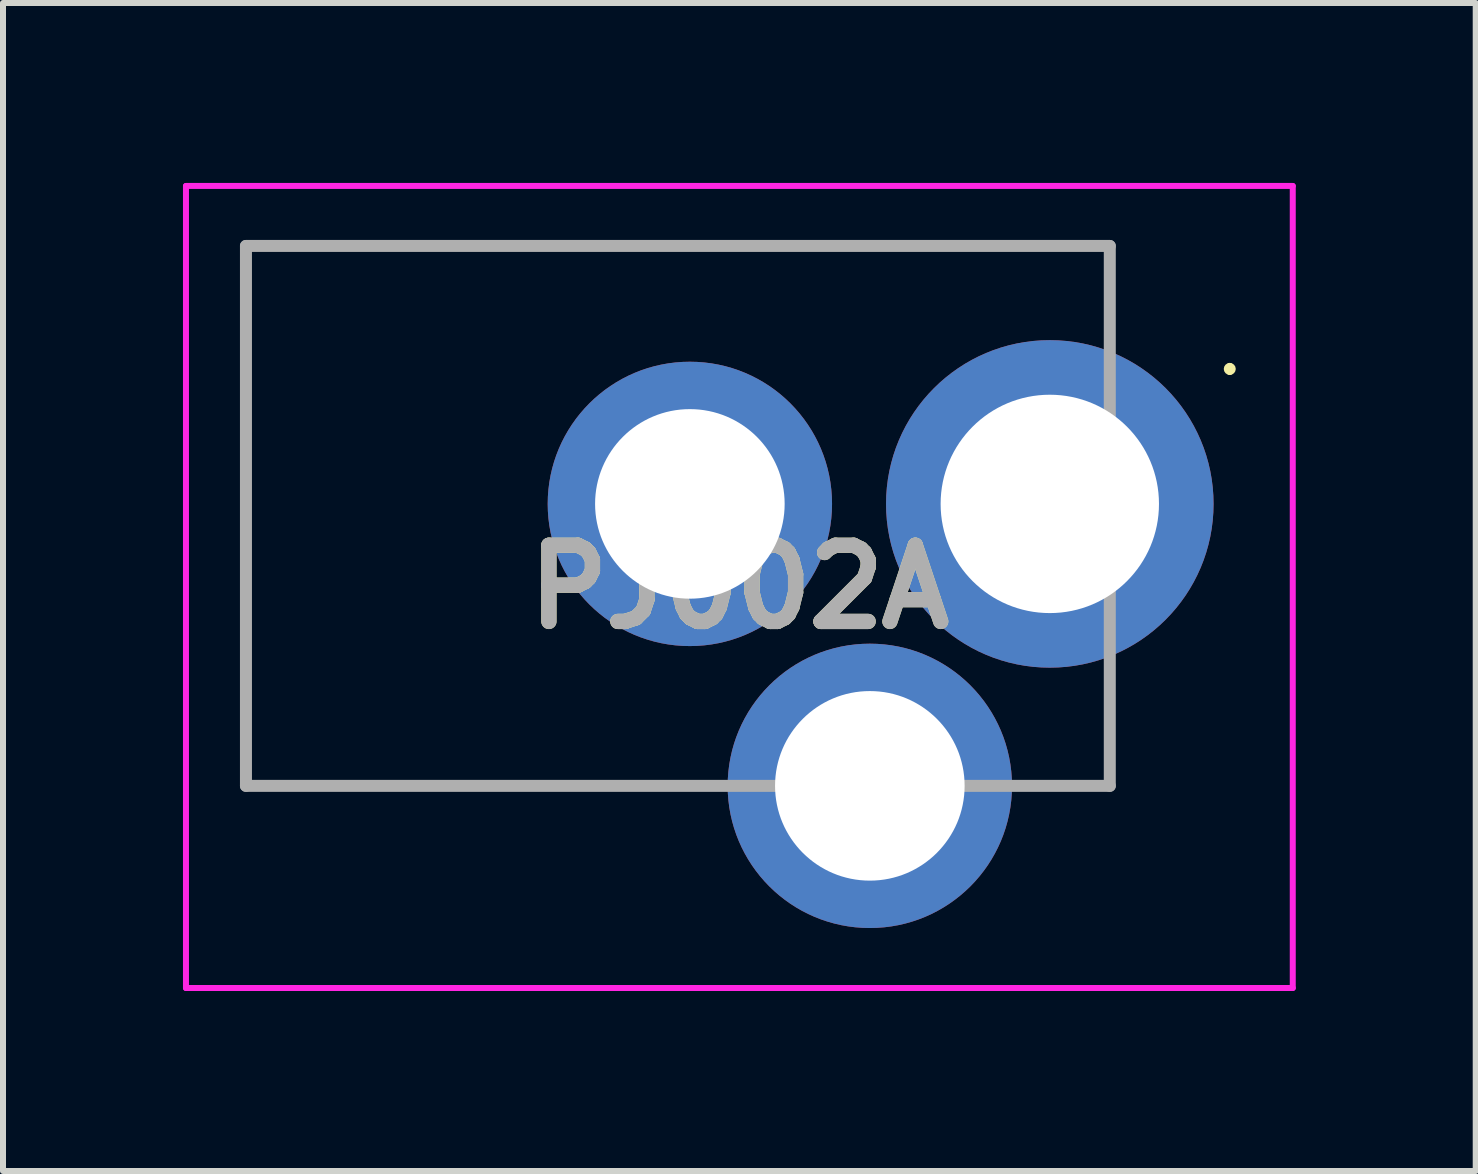
<source format=kicad_pcb>
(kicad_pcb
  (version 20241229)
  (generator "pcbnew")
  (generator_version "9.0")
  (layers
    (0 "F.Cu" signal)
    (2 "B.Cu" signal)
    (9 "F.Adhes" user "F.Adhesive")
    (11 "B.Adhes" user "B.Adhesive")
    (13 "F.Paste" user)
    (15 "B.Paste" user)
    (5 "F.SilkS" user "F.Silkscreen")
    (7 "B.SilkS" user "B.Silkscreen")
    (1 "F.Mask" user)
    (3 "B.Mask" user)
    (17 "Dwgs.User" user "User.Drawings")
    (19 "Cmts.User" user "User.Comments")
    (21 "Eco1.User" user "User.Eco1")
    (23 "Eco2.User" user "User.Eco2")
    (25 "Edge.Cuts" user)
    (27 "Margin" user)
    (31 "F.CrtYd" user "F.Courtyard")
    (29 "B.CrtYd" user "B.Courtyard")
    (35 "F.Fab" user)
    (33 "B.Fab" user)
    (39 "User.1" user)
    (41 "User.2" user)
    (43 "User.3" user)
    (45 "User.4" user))
  (footprint "PJ002A"
    (layer "F.Cu")
    (at 14.45 5.35)
    (property "Reference" "PJ002A" (at -5.175 1.385 0) (layer "F.SilkS") (effects (font (size 1.27 1.27) (thickness 0.254))))
    (attr through_hole)
    (fp_line (start -13.4 -4.3) (end 1 -4.3) (stroke (width 0.1) (type solid)) (layer "F.SilkS"))
    (fp_line (start -13.4 4.7) (end -13.4 -4.3) (stroke (width 0.1) (type solid)) (layer "F.SilkS"))
    (fp_line (start -8.08 4.7) (end -13.4 4.7) (stroke (width 0.1) (type solid)) (layer "F.SilkS"))
    (fp_line (start 3 -2.3) (end 3 -2.3) (stroke (width 0.1) (type solid)) (layer "F.SilkS"))
    (fp_line (start 3 -2.2) (end 3 -2.2) (stroke (width 0.1) (type solid)) (layer "F.SilkS"))
    (fp_arc (start 3 -2.3) (mid 3.05 -2.25) (end 3 -2.2) (stroke (width 0.1) (type solid)) (layer "F.SilkS"))
    (fp_arc (start 3 -2.2) (mid 2.95 -2.25) (end 3 -2.3) (stroke (width 0.1) (type solid)) (layer "F.SilkS"))
    (fp_line (start -14.4 -5.3) (end 4.05 -5.3) (stroke (width 0.1) (type solid)) (layer "F.CrtYd"))
    (fp_line (start -14.4 8.07) (end -14.4 -5.3) (stroke (width 0.1) (type solid)) (layer "F.CrtYd"))
    (fp_line (start 4.05 -5.3) (end 4.05 8.07) (stroke (width 0.1) (type solid)) (layer "F.CrtYd"))
    (fp_line (start 4.05 8.07) (end -14.4 8.07) (stroke (width 0.1) (type solid)) (layer "F.CrtYd"))
    (fp_line (start -13.4 -4.3) (end 1 -4.3) (stroke (width 0.2) (type solid)) (layer "F.Fab"))
    (fp_line (start -13.4 4.7) (end -13.4 -4.3) (stroke (width 0.2) (type solid)) (layer "F.Fab"))
    (fp_line (start 1 -4.3) (end 1 4.7) (stroke (width 0.2) (type solid)) (layer "F.Fab"))
    (fp_line (start 1 4.7) (end -13.4 4.7) (stroke (width 0.2) (type solid)) (layer "F.Fab"))
    (fp_text user "${REFERENCE}" (at -5.175 1.385 0) (layer "F.Fab") (effects (font (size 1.27 1.27) (thickness 0.254))))
    (pad "1" thru_hole circle (at 0 0) (size 5.46 5.46) (drill 3.64) (layers "*.Cu" "*.Mask"))
    (pad "2" thru_hole circle (at -6 0) (size 4.74 4.74) (drill 3.16) (layers "*.Cu" "*.Mask"))
    (pad "3" thru_hole circle (at -3 4.7) (size 4.74 4.74) (drill 3.16) (layers "*.Cu" "*.Mask")))
  (gr_rect
    (start -3 -3)
    (end 21.55 16.47)
    (stroke (width 0.1) (type default))
    (fill no)
    (layer "Edge.Cuts")))
</source>
